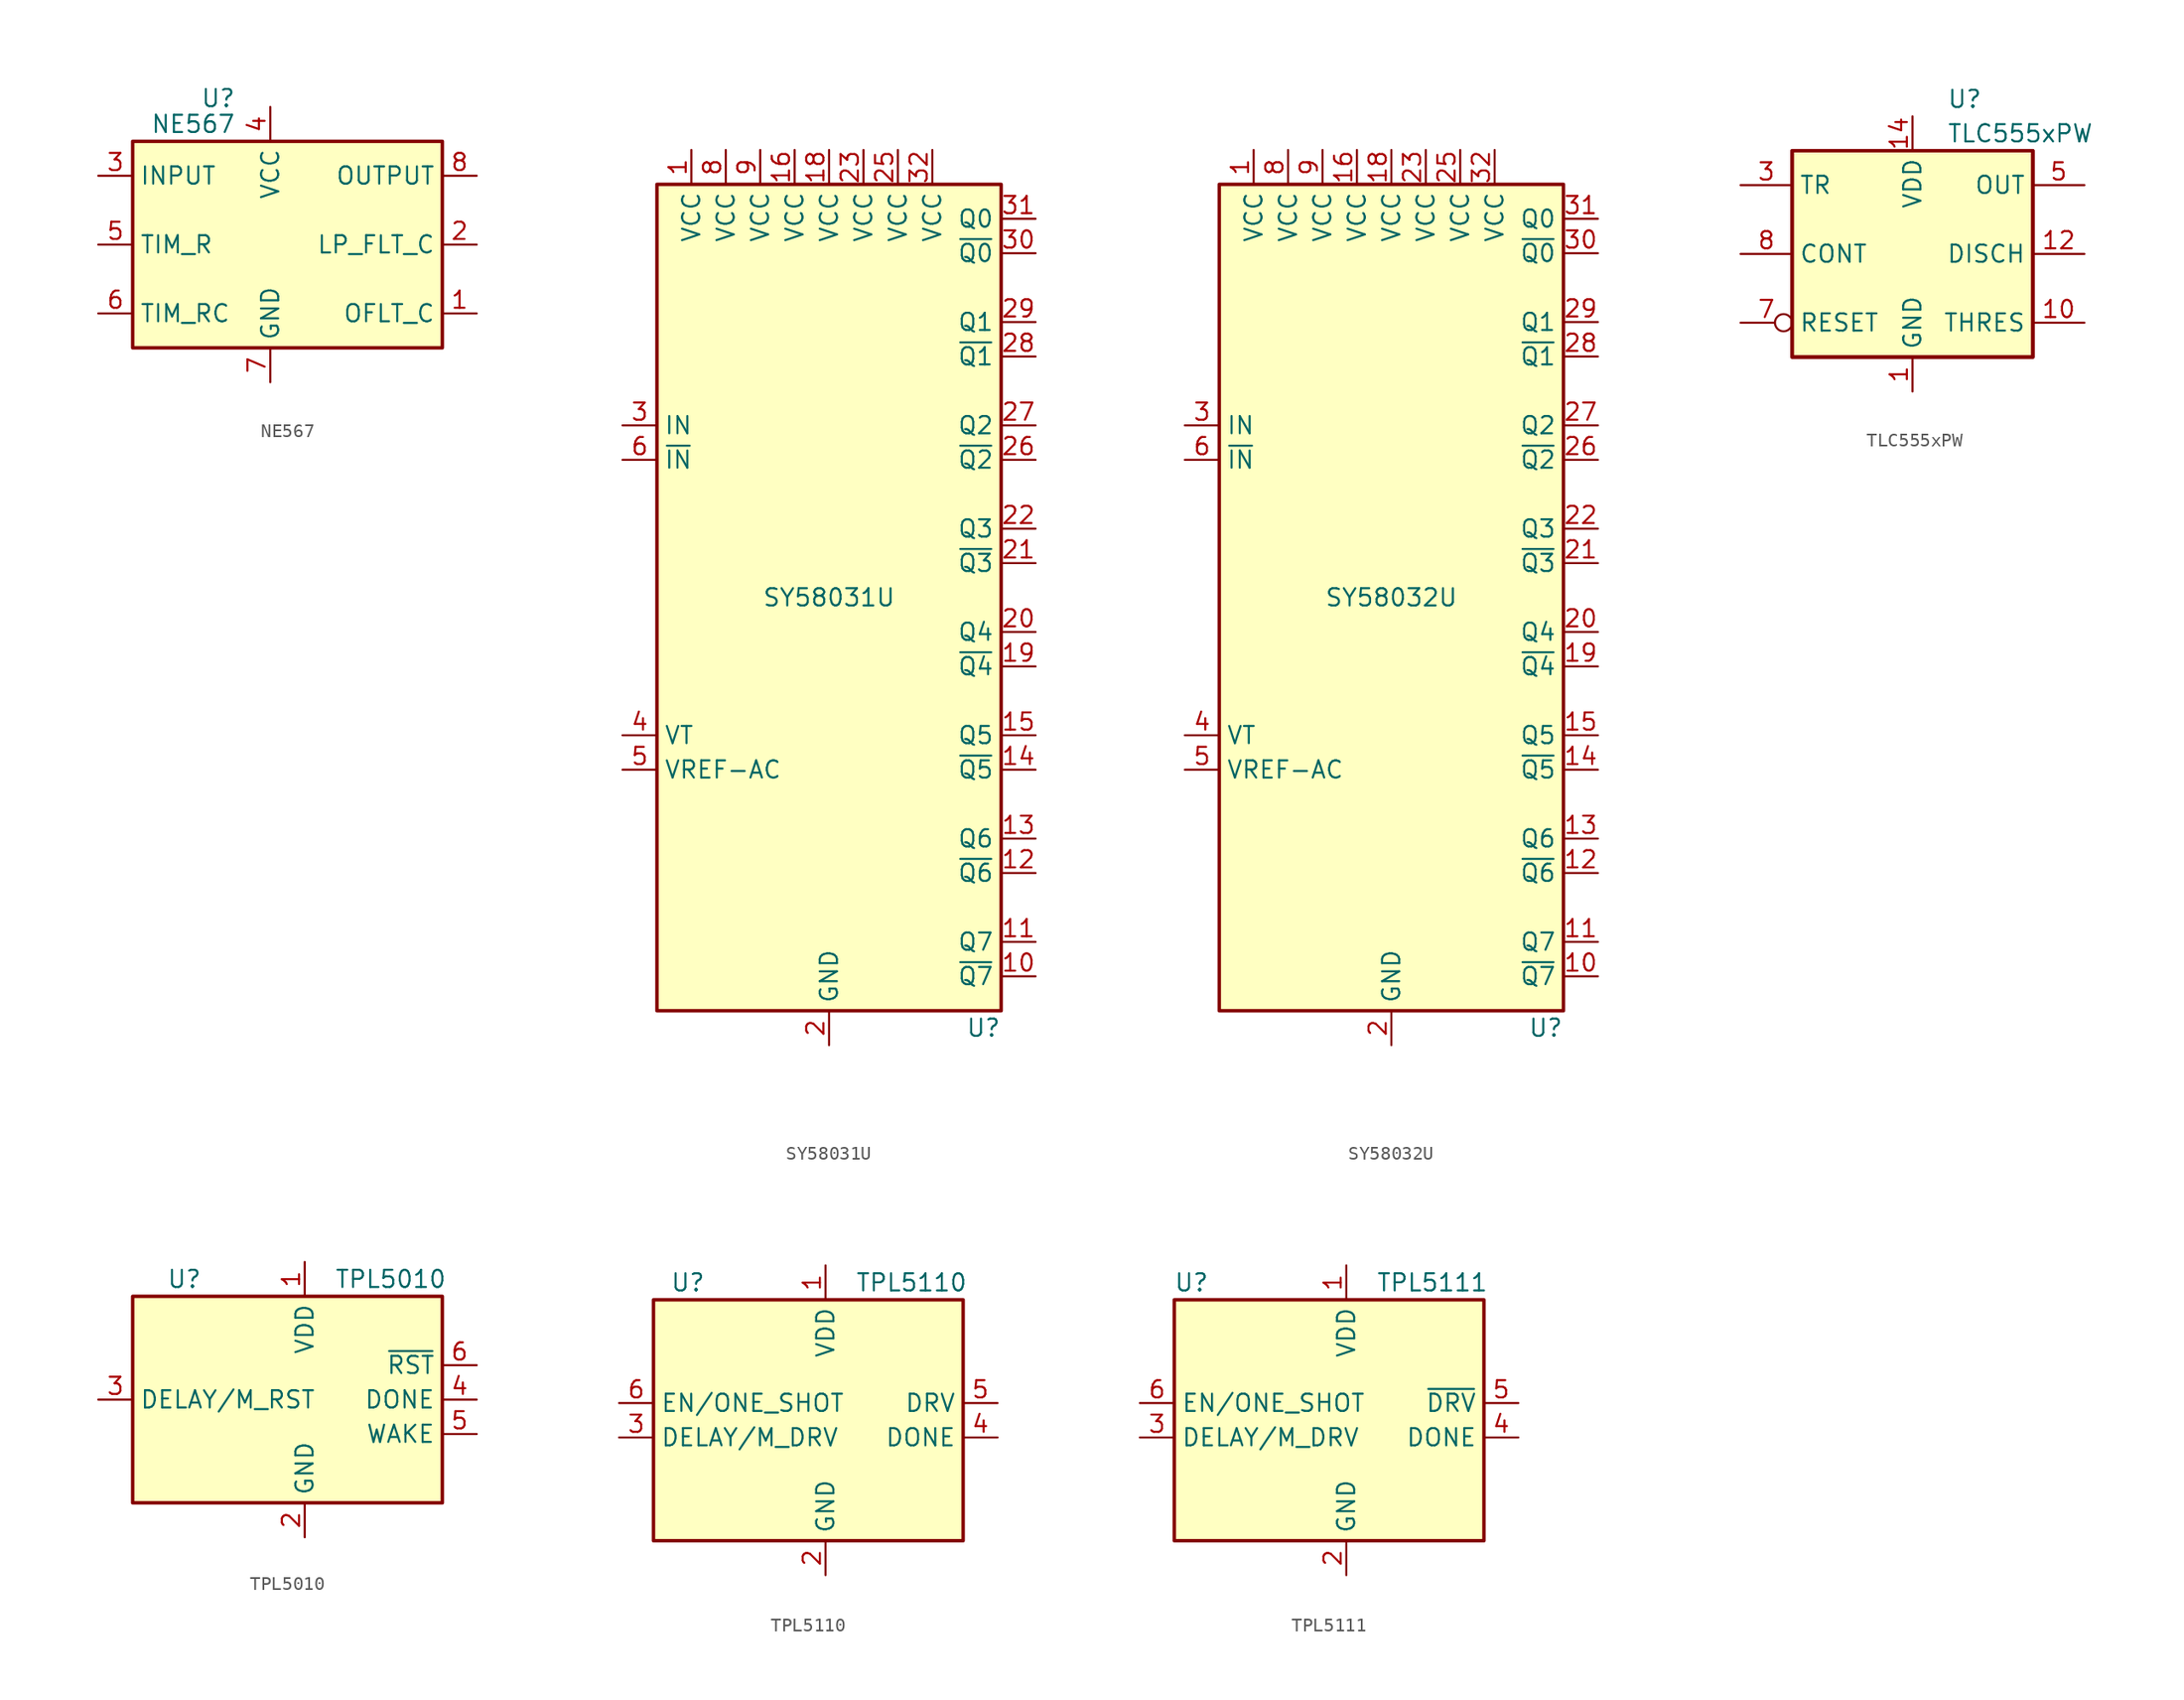
<source format=kicad_sym>
(kicad_symbol_lib
  (version 20201005)
  (generator kicad_symbol_editor)
  (symbol "Timer:NE567"
    (property "Reference" "U"
      (at -2.54 10.795 0)
      (effects (font (size 1.27 1.27)) (justify right)))
    (property "Value" "NE567"
      (at -2.54 8.89 0)
      (effects (font (size 1.27 1.27)) (justify right)))
    (symbol "NE567_0_1"
      (rectangle (start -10.16 7.62) (end 12.7 -7.62) (stroke (width 0.254)) (fill (type background))))
    (symbol "NE567_1_1"
      (pin output line (at 15.24 -5.08 180) (length 2.54) (name "OFLT_C" (effects (font (size 1.27 1.27)))) (number "1" (effects (font (size 1.27 1.27)))))
      (pin output line (at 15.24 0 180) (length 2.54) (name "LP_FLT_C" (effects (font (size 1.27 1.27)))) (number "2" (effects (font (size 1.27 1.27)))))
      (pin input line (at -12.7 5.08 0) (length 2.54) (name "INPUT" (effects (font (size 1.27 1.27)))) (number "3" (effects (font (size 1.27 1.27)))))
      (pin power_in line (at 0 10.16 270) (length 2.54) (name "VCC" (effects (font (size 1.27 1.27)))) (number "4" (effects (font (size 1.27 1.27)))))
      (pin input line (at -12.7 0 0) (length 2.54) (name "TIM_R" (effects (font (size 1.27 1.27)))) (number "5" (effects (font (size 1.27 1.27)))))
      (pin input line (at -12.7 -5.08 0) (length 2.54) (name "TIM_RC" (effects (font (size 1.27 1.27)))) (number "6" (effects (font (size 1.27 1.27)))))
      (pin power_in line (at 0 -10.16 90) (length 2.54) (name "GND" (effects (font (size 1.27 1.27)))) (number "7" (effects (font (size 1.27 1.27)))))
      (pin output line (at 15.24 5.08 180) (length 2.54) (name "OUTPUT" (effects (font (size 1.27 1.27)))) (number "8" (effects (font (size 1.27 1.27)))))))
  (symbol "Timer:SY58031U"
    (property "Reference" "U"
      (at 12.7 -31.75 0)
      (effects (font (size 1.27 1.27)) (justify right)))
    (property "Value" "SY58031U"
      (at 0 0 0)
      (effects (font (size 1.27 1.27))))
    (symbol "SY58031U_0_1"
      (rectangle (start 12.7 30.48) (end -12.7 -30.48) (stroke (width 0.254)) (fill (type background))))
    (symbol "SY58031U_1_1"
      (pin power_in line (at -10.16 33.02 270) (length 2.54) (name "VCC" (effects (font (size 1.27 1.27)))) (number "1" (effects (font (size 1.27 1.27)))))
      (pin output line (at 15.24 -27.94 180) (length 2.54) (name "~Q7" (effects (font (size 1.27 1.27)))) (number "10" (effects (font (size 1.27 1.27)))))
      (pin output line (at 15.24 -25.4 180) (length 2.54) (name "Q7" (effects (font (size 1.27 1.27)))) (number "11" (effects (font (size 1.27 1.27)))))
      (pin output line (at 15.24 -20.32 180) (length 2.54) (name "~Q6" (effects (font (size 1.27 1.27)))) (number "12" (effects (font (size 1.27 1.27)))))
      (pin output line (at 15.24 -17.78 180) (length 2.54) (name "Q6" (effects (font (size 1.27 1.27)))) (number "13" (effects (font (size 1.27 1.27)))))
      (pin output line (at 15.24 -12.7 180) (length 2.54) (name "~Q5" (effects (font (size 1.27 1.27)))) (number "14" (effects (font (size 1.27 1.27)))))
      (pin output line (at 15.24 -10.16 180) (length 2.54) (name "Q5" (effects (font (size 1.27 1.27)))) (number "15" (effects (font (size 1.27 1.27)))))
      (pin power_in line (at -2.54 33.02 270) (length 2.54) (name "VCC" (effects (font (size 1.27 1.27)))) (number "16" (effects (font (size 1.27 1.27)))))
      (pin passive line (at 0 -33.02 90) (length 2.54) hide (name "GND" (effects (font (size 1.27 1.27)))) (number "17" (effects (font (size 1.27 1.27)))))
      (pin power_in line (at 0 33.02 270) (length 2.54) (name "VCC" (effects (font (size 1.27 1.27)))) (number "18" (effects (font (size 1.27 1.27)))))
      (pin output line (at 15.24 -5.08 180) (length 2.54) (name "~Q4" (effects (font (size 1.27 1.27)))) (number "19" (effects (font (size 1.27 1.27)))))
      (pin power_in line (at 0 -33.02 90) (length 2.54) (name "GND" (effects (font (size 1.27 1.27)))) (number "2" (effects (font (size 1.27 1.27)))))
      (pin output line (at 15.24 -2.54 180) (length 2.54) (name "Q4" (effects (font (size 1.27 1.27)))) (number "20" (effects (font (size 1.27 1.27)))))
      (pin output line (at 15.24 2.54 180) (length 2.54) (name "~Q3" (effects (font (size 1.27 1.27)))) (number "21" (effects (font (size 1.27 1.27)))))
      (pin output line (at 15.24 5.08 180) (length 2.54) (name "Q3" (effects (font (size 1.27 1.27)))) (number "22" (effects (font (size 1.27 1.27)))))
      (pin power_in line (at 2.54 33.02 270) (length 2.54) (name "VCC" (effects (font (size 1.27 1.27)))) (number "23" (effects (font (size 1.27 1.27)))))
      (pin passive line (at 0 -33.02 90) (length 2.54) hide (name "GND" (effects (font (size 1.27 1.27)))) (number "24" (effects (font (size 1.27 1.27)))))
      (pin power_in line (at 5.08 33.02 270) (length 2.54) (name "VCC" (effects (font (size 1.27 1.27)))) (number "25" (effects (font (size 1.27 1.27)))))
      (pin output line (at 15.24 10.16 180) (length 2.54) (name "~Q2" (effects (font (size 1.27 1.27)))) (number "26" (effects (font (size 1.27 1.27)))))
      (pin output line (at 15.24 12.7 180) (length 2.54) (name "Q2" (effects (font (size 1.27 1.27)))) (number "27" (effects (font (size 1.27 1.27)))))
      (pin output line (at 15.24 17.78 180) (length 2.54) (name "~Q1" (effects (font (size 1.27 1.27)))) (number "28" (effects (font (size 1.27 1.27)))))
      (pin output line (at 15.24 20.32 180) (length 2.54) (name "Q1" (effects (font (size 1.27 1.27)))) (number "29" (effects (font (size 1.27 1.27)))))
      (pin input line (at -15.24 12.7 0) (length 2.54) (name "IN" (effects (font (size 1.27 1.27)))) (number "3" (effects (font (size 1.27 1.27)))))
      (pin output line (at 15.24 25.4 180) (length 2.54) (name "~Q0" (effects (font (size 1.27 1.27)))) (number "30" (effects (font (size 1.27 1.27)))))
      (pin output line (at 15.24 27.94 180) (length 2.54) (name "Q0" (effects (font (size 1.27 1.27)))) (number "31" (effects (font (size 1.27 1.27)))))
      (pin power_in line (at 7.62 33.02 270) (length 2.54) (name "VCC" (effects (font (size 1.27 1.27)))) (number "32" (effects (font (size 1.27 1.27)))))
      (pin passive line (at 0 -33.02 90) (length 2.54) hide (name "GND" (effects (font (size 1.27 1.27)))) (number "33" (effects (font (size 1.27 1.27)))))
      (pin passive line (at -15.24 -10.16 0) (length 2.54) (name "VT" (effects (font (size 1.27 1.27)))) (number "4" (effects (font (size 1.27 1.27)))))
      (pin passive line (at -15.24 -12.7 0) (length 2.54) (name "VREF-AC" (effects (font (size 1.27 1.27)))) (number "5" (effects (font (size 1.27 1.27)))))
      (pin input line (at -15.24 10.16 0) (length 2.54) (name "~IN" (effects (font (size 1.27 1.27)))) (number "6" (effects (font (size 1.27 1.27)))))
      (pin passive line (at 0 -33.02 90) (length 2.54) hide (name "GND" (effects (font (size 1.27 1.27)))) (number "7" (effects (font (size 1.27 1.27)))))
      (pin power_in line (at -7.62 33.02 270) (length 2.54) (name "VCC" (effects (font (size 1.27 1.27)))) (number "8" (effects (font (size 1.27 1.27)))))
      (pin power_in line (at -5.08 33.02 270) (length 2.54) (name "VCC" (effects (font (size 1.27 1.27)))) (number "9" (effects (font (size 1.27 1.27)))))))
  (symbol "Timer:SY58032U"
    (property "Reference" "U"
      (at 12.7 -31.75 0)
      (effects (font (size 1.27 1.27)) (justify right)))
    (property "Value" "SY58032U"
      (at 0 0 0)
      (effects (font (size 1.27 1.27))))
    (symbol "SY58032U_0_1"
      (rectangle (start 12.7 30.48) (end -12.7 -30.48) (stroke (width 0.254)) (fill (type background))))
    (symbol "SY58032U_1_1"
      (pin power_in line (at -10.16 33.02 270) (length 2.54) (name "VCC" (effects (font (size 1.27 1.27)))) (number "1" (effects (font (size 1.27 1.27)))))
      (pin open_emitter line (at 15.24 -27.94 180) (length 2.54) (name "~Q7" (effects (font (size 1.27 1.27)))) (number "10" (effects (font (size 1.27 1.27)))))
      (pin open_emitter line (at 15.24 -25.4 180) (length 2.54) (name "Q7" (effects (font (size 1.27 1.27)))) (number "11" (effects (font (size 1.27 1.27)))))
      (pin open_emitter line (at 15.24 -20.32 180) (length 2.54) (name "~Q6" (effects (font (size 1.27 1.27)))) (number "12" (effects (font (size 1.27 1.27)))))
      (pin open_emitter line (at 15.24 -17.78 180) (length 2.54) (name "Q6" (effects (font (size 1.27 1.27)))) (number "13" (effects (font (size 1.27 1.27)))))
      (pin open_emitter line (at 15.24 -12.7 180) (length 2.54) (name "~Q5" (effects (font (size 1.27 1.27)))) (number "14" (effects (font (size 1.27 1.27)))))
      (pin open_emitter line (at 15.24 -10.16 180) (length 2.54) (name "Q5" (effects (font (size 1.27 1.27)))) (number "15" (effects (font (size 1.27 1.27)))))
      (pin power_in line (at -2.54 33.02 270) (length 2.54) (name "VCC" (effects (font (size 1.27 1.27)))) (number "16" (effects (font (size 1.27 1.27)))))
      (pin passive line (at 0 -33.02 90) (length 2.54) hide (name "GND" (effects (font (size 1.27 1.27)))) (number "17" (effects (font (size 1.27 1.27)))))
      (pin power_in line (at 0 33.02 270) (length 2.54) (name "VCC" (effects (font (size 1.27 1.27)))) (number "18" (effects (font (size 1.27 1.27)))))
      (pin open_emitter line (at 15.24 -5.08 180) (length 2.54) (name "~Q4" (effects (font (size 1.27 1.27)))) (number "19" (effects (font (size 1.27 1.27)))))
      (pin power_in line (at 0 -33.02 90) (length 2.54) (name "GND" (effects (font (size 1.27 1.27)))) (number "2" (effects (font (size 1.27 1.27)))))
      (pin open_emitter line (at 15.24 -2.54 180) (length 2.54) (name "Q4" (effects (font (size 1.27 1.27)))) (number "20" (effects (font (size 1.27 1.27)))))
      (pin open_emitter line (at 15.24 2.54 180) (length 2.54) (name "~Q3" (effects (font (size 1.27 1.27)))) (number "21" (effects (font (size 1.27 1.27)))))
      (pin open_emitter line (at 15.24 5.08 180) (length 2.54) (name "Q3" (effects (font (size 1.27 1.27)))) (number "22" (effects (font (size 1.27 1.27)))))
      (pin power_in line (at 2.54 33.02 270) (length 2.54) (name "VCC" (effects (font (size 1.27 1.27)))) (number "23" (effects (font (size 1.27 1.27)))))
      (pin passive line (at 0 -33.02 90) (length 2.54) hide (name "GND" (effects (font (size 1.27 1.27)))) (number "24" (effects (font (size 1.27 1.27)))))
      (pin power_in line (at 5.08 33.02 270) (length 2.54) (name "VCC" (effects (font (size 1.27 1.27)))) (number "25" (effects (font (size 1.27 1.27)))))
      (pin open_emitter line (at 15.24 10.16 180) (length 2.54) (name "~Q2" (effects (font (size 1.27 1.27)))) (number "26" (effects (font (size 1.27 1.27)))))
      (pin open_emitter line (at 15.24 12.7 180) (length 2.54) (name "Q2" (effects (font (size 1.27 1.27)))) (number "27" (effects (font (size 1.27 1.27)))))
      (pin open_emitter line (at 15.24 17.78 180) (length 2.54) (name "~Q1" (effects (font (size 1.27 1.27)))) (number "28" (effects (font (size 1.27 1.27)))))
      (pin open_emitter line (at 15.24 20.32 180) (length 2.54) (name "Q1" (effects (font (size 1.27 1.27)))) (number "29" (effects (font (size 1.27 1.27)))))
      (pin input line (at -15.24 12.7 0) (length 2.54) (name "IN" (effects (font (size 1.27 1.27)))) (number "3" (effects (font (size 1.27 1.27)))))
      (pin open_emitter line (at 15.24 25.4 180) (length 2.54) (name "~Q0" (effects (font (size 1.27 1.27)))) (number "30" (effects (font (size 1.27 1.27)))))
      (pin open_emitter line (at 15.24 27.94 180) (length 2.54) (name "Q0" (effects (font (size 1.27 1.27)))) (number "31" (effects (font (size 1.27 1.27)))))
      (pin power_in line (at 7.62 33.02 270) (length 2.54) (name "VCC" (effects (font (size 1.27 1.27)))) (number "32" (effects (font (size 1.27 1.27)))))
      (pin passive line (at 0 -33.02 90) (length 2.54) hide (name "GND" (effects (font (size 1.27 1.27)))) (number "33" (effects (font (size 1.27 1.27)))))
      (pin passive line (at -15.24 -10.16 0) (length 2.54) (name "VT" (effects (font (size 1.27 1.27)))) (number "4" (effects (font (size 1.27 1.27)))))
      (pin passive line (at -15.24 -12.7 0) (length 2.54) (name "VREF-AC" (effects (font (size 1.27 1.27)))) (number "5" (effects (font (size 1.27 1.27)))))
      (pin input line (at -15.24 10.16 0) (length 2.54) (name "~IN" (effects (font (size 1.27 1.27)))) (number "6" (effects (font (size 1.27 1.27)))))
      (pin passive line (at 0 -33.02 90) (length 2.54) hide (name "GND" (effects (font (size 1.27 1.27)))) (number "7" (effects (font (size 1.27 1.27)))))
      (pin power_in line (at -7.62 33.02 270) (length 2.54) (name "VCC" (effects (font (size 1.27 1.27)))) (number "8" (effects (font (size 1.27 1.27)))))
      (pin power_in line (at -5.08 33.02 270) (length 2.54) (name "VCC" (effects (font (size 1.27 1.27)))) (number "9" (effects (font (size 1.27 1.27)))))))
  (symbol "Timer:TLC555xPW"
    (property "Reference" "U"
      (at 2.54 11.43 0)
      (effects (font (size 1.27 1.27)) (justify left)))
    (property "Value" "TLC555xPW"
      (at 2.54 8.89 0)
      (effects (font (size 1.27 1.27)) (justify left)))
    (symbol "TLC555xPW_0_0"
      (pin power_in line (at 0 -10.16 90) (length 2.54) (name "GND" (effects (font (size 1.27 1.27)))) (number "1" (effects (font (size 1.27 1.27)))))
      (pin power_in line (at 0 10.16 270) (length 2.54) (name "VDD" (effects (font (size 1.27 1.27)))) (number "14" (effects (font (size 1.27 1.27))))))
    (symbol "TLC555xPW_0_1"
      (rectangle (start -8.89 -7.62) (end 8.89 7.62) (stroke (width 0.254)) (fill (type background)))
      (rectangle (start -8.89 -7.62) (end 8.89 7.62) (stroke (width 0.254)) (fill (type background))))
    (symbol "TLC555xPW_1_1"
      (pin input line (at 12.7 -5.08 180) (length 3.81) (name "THRES" (effects (font (size 1.27 1.27)))) (number "10" (effects (font (size 1.27 1.27)))))
      (pin no_connect line (at 0 0 270) (length 2.54) hide (name "NC" (effects (font (size 1.27 1.27)))) (number "11" (effects (font (size 1.27 1.27)))))
      (pin input line (at 12.7 0 180) (length 3.81) (name "DISCH" (effects (font (size 1.27 1.27)))) (number "12" (effects (font (size 1.27 1.27)))))
      (pin no_connect line (at 2.54 0 270) (length 2.54) hide (name "NC" (effects (font (size 1.27 1.27)))) (number "13" (effects (font (size 1.27 1.27)))))
      (pin no_connect line (at -2.54 5.08 270) (length 2.54) hide (name "NC" (effects (font (size 1.27 1.27)))) (number "2" (effects (font (size 1.27 1.27)))))
      (pin input line (at -12.7 5.08 0) (length 3.81) (name "TR" (effects (font (size 1.27 1.27)))) (number "3" (effects (font (size 1.27 1.27)))))
      (pin no_connect line (at 0 5.08 270) (length 2.54) hide (name "NC" (effects (font (size 1.27 1.27)))) (number "4" (effects (font (size 1.27 1.27)))))
      (pin output line (at 12.7 5.08 180) (length 3.81) (name "OUT" (effects (font (size 1.27 1.27)))) (number "5" (effects (font (size 1.27 1.27)))))
      (pin no_connect line (at 2.54 5.08 270) (length 2.54) hide (name "NC" (effects (font (size 1.27 1.27)))) (number "6" (effects (font (size 1.27 1.27)))))
      (pin input inverted (at -12.7 -5.08 0) (length 3.81) (name "RESET" (effects (font (size 1.27 1.27)))) (number "7" (effects (font (size 1.27 1.27)))))
      (pin input line (at -12.7 0 0) (length 3.81) (name "CONT" (effects (font (size 1.27 1.27)))) (number "8" (effects (font (size 1.27 1.27)))))
      (pin no_connect line (at -2.54 0 270) (length 2.54) hide (name "NC" (effects (font (size 1.27 1.27)))) (number "9" (effects (font (size 1.27 1.27)))))))
  (symbol "Timer:TPL5010"
    (property "Reference" "U"
      (at -8.89 8.89 0)
      (effects (font (size 1.27 1.27))))
    (property "Value" "TPL5010"
      (at 6.35 8.89 0)
      (effects (font (size 1.27 1.27))))
    (symbol "TPL5010_0_1"
      (rectangle (start -12.7 7.62) (end 10.16 -7.62) (stroke (width 0.254)) (fill (type background))))
    (symbol "TPL5010_1_1"
      (pin power_in line (at 0 10.16 270) (length 2.54) (name "VDD" (effects (font (size 1.27 1.27)))) (number "1" (effects (font (size 1.27 1.27)))))
      (pin power_in line (at 0 -10.16 90) (length 2.54) (name "GND" (effects (font (size 1.27 1.27)))) (number "2" (effects (font (size 1.27 1.27)))))
      (pin input line (at -15.24 0 0) (length 2.54) (name "DELAY/M_RST" (effects (font (size 1.27 1.27)))) (number "3" (effects (font (size 1.27 1.27)))))
      (pin input line (at 12.7 0 180) (length 2.54) (name "DONE" (effects (font (size 1.27 1.27)))) (number "4" (effects (font (size 1.27 1.27)))))
      (pin output line (at 12.7 -2.54 180) (length 2.54) (name "WAKE" (effects (font (size 1.27 1.27)))) (number "5" (effects (font (size 1.27 1.27)))))
      (pin open_collector line (at 12.7 2.54 180) (length 2.54) (name "~RST" (effects (font (size 1.27 1.27)))) (number "6" (effects (font (size 1.27 1.27)))))))
  (symbol "Timer:TPL5110"
    (property "Reference" "U"
      (at -10.16 8.89 0)
      (effects (font (size 1.27 1.27))))
    (property "Value" "TPL5110"
      (at 6.35 8.89 0)
      (effects (font (size 1.27 1.27))))
    (symbol "TPL5110_0_1"
      (rectangle (start -12.7 7.62) (end 10.16 -10.16) (stroke (width 0.254)) (fill (type background))))
    (symbol "TPL5110_1_1"
      (pin power_in line (at 0 10.16 270) (length 2.54) (name "VDD" (effects (font (size 1.27 1.27)))) (number "1" (effects (font (size 1.27 1.27)))))
      (pin power_in line (at 0 -12.7 90) (length 2.54) (name "GND" (effects (font (size 1.27 1.27)))) (number "2" (effects (font (size 1.27 1.27)))))
      (pin input line (at -15.24 -2.54 0) (length 2.54) (name "DELAY/M_DRV" (effects (font (size 1.27 1.27)))) (number "3" (effects (font (size 1.27 1.27)))))
      (pin input line (at 12.7 -2.54 180) (length 2.54) (name "DONE" (effects (font (size 1.27 1.27)))) (number "4" (effects (font (size 1.27 1.27)))))
      (pin output line (at 12.7 0 180) (length 2.54) (name "DRV" (effects (font (size 1.27 1.27)))) (number "5" (effects (font (size 1.27 1.27)))))
      (pin input line (at -15.24 0 0) (length 2.54) (name "EN/ONE_SHOT" (effects (font (size 1.27 1.27)))) (number "6" (effects (font (size 1.27 1.27)))))))
  (symbol "Timer:TPL5111"
    (property "Reference" "U"
      (at -11.43 11.43 0)
      (effects (font (size 1.27 1.27))))
    (property "Value" "TPL5111"
      (at 6.35 11.43 0)
      (effects (font (size 1.27 1.27))))
    (symbol "TPL5111_0_1"
      (rectangle (start -12.7 10.16) (end 10.16 -7.62) (stroke (width 0.254)) (fill (type background))))
    (symbol "TPL5111_1_1"
      (pin power_in line (at 0 12.7 270) (length 2.54) (name "VDD" (effects (font (size 1.27 1.27)))) (number "1" (effects (font (size 1.27 1.27)))))
      (pin power_in line (at 0 -10.16 90) (length 2.54) (name "GND" (effects (font (size 1.27 1.27)))) (number "2" (effects (font (size 1.27 1.27)))))
      (pin input line (at -15.24 0 0) (length 2.54) (name "DELAY/M_DRV" (effects (font (size 1.27 1.27)))) (number "3" (effects (font (size 1.27 1.27)))))
      (pin input line (at 12.7 0 180) (length 2.54) (name "DONE" (effects (font (size 1.27 1.27)))) (number "4" (effects (font (size 1.27 1.27)))))
      (pin output line (at 12.7 2.54 180) (length 2.54) (name "~DRV" (effects (font (size 1.27 1.27)))) (number "5" (effects (font (size 1.27 1.27)))))
      (pin input line (at -15.24 2.54 0) (length 2.54) (name "EN/ONE_SHOT" (effects (font (size 1.27 1.27)))) (number "6" (effects (font (size 1.27 1.27))))))))
</source>
